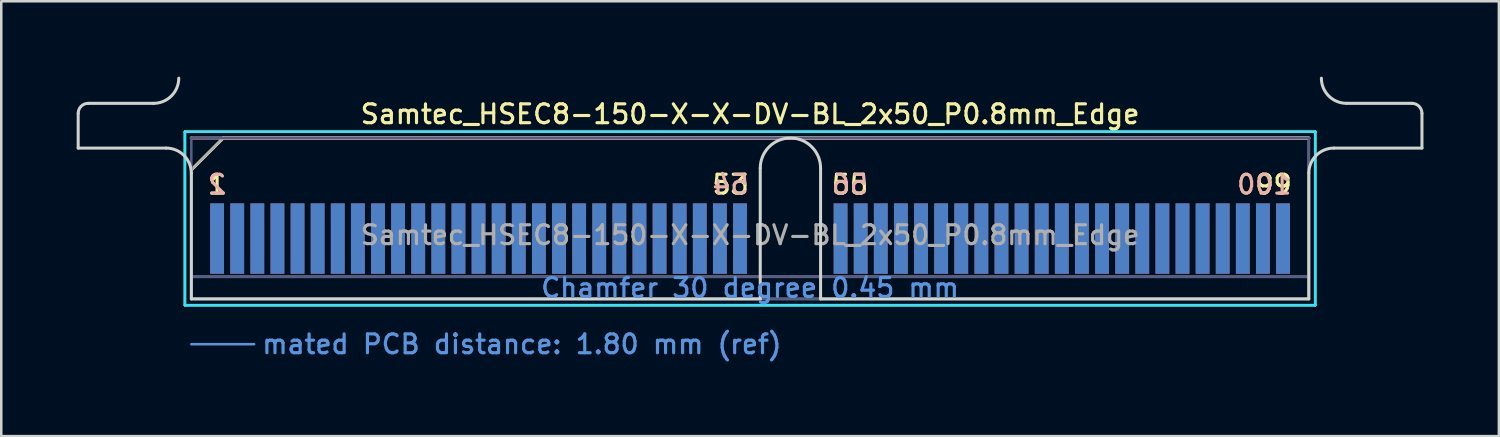
<source format=kicad_pcb>
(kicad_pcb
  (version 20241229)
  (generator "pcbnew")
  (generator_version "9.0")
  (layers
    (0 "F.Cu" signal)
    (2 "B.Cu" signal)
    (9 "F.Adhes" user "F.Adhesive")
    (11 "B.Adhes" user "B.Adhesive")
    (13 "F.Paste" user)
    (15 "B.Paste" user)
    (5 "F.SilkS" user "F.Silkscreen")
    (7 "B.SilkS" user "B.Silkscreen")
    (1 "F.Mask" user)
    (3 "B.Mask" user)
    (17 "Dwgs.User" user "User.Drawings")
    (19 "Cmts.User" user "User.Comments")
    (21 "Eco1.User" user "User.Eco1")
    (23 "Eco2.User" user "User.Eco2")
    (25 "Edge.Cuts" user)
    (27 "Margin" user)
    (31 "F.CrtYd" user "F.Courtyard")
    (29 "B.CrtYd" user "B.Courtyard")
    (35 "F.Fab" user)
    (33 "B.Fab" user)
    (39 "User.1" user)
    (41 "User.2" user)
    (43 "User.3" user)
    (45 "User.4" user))
  (footprint "Samtec_HSEC8-150-X-X-DV-BL_2x50_P0.8mm_Edge"
    (layer "F.Cu")
    (at 26.785 8.84)
    (property "Reference" "Samtec_HSEC8-150-X-X-DV-BL_2x50_P0.8mm_Edge" (at 0 -7.35 0) (layer "F.SilkS") (effects (font (size 0.75 0.75) (thickness 0.125))))
    (attr exclude_from_pos_files exclude_from_bom)
    (fp_line (start -22.48 -6.65) (end -22.48 0.25) (stroke (width 0.1) (type solid)) (layer "F.SilkS"))
    (fp_line (start -22.48 0.25) (end 22.48 0.25) (stroke (width 0.1) (type solid)) (layer "F.SilkS"))
    (fp_line (start -22.225 -5.13) (end -20.955 -6.4) (stroke (width 0.12) (type solid)) (layer "F.SilkS"))
    (fp_line (start -20.955 -6.4) (end 22.225 -6.4) (stroke (width 0.12) (type solid)) (layer "F.SilkS"))
    (fp_line (start 22.48 -6.65) (end -22.48 -6.65) (stroke (width 0.1) (type solid)) (layer "F.SilkS"))
    (fp_line (start 22.48 0.25) (end 22.48 -6.65) (stroke (width 0.1) (type solid)) (layer "F.SilkS"))
    (fp_line (start -22.225 -6.4) (end -22.225 -6.4) (stroke (width 0.12) (type solid)) (layer "B.SilkS"))
    (fp_line (start -22.225 -6.4) (end 22.225 -6.4) (stroke (width 0.12) (type solid)) (layer "B.SilkS"))
    (fp_line (start -22.225 1.8) (end -19.725 1.8) (stroke (width 0.1) (type solid)) (layer "Cmts.User"))
    (fp_line (start -26.725 -6) (end -26.725 -7.38) (stroke (width 0.12) (type solid)) (layer "Edge.Cuts"))
    (fp_line (start -26.325 -7.78) (end -23.725 -7.78) (stroke (width 0.12) (type solid)) (layer "Edge.Cuts"))
    (fp_line (start -23.225 -6) (end -26.725 -6) (stroke (width 0.12) (type solid)) (layer "Edge.Cuts"))
    (fp_line (start -22.225 -5) (end -22.225 0) (stroke (width 0.12) (type solid)) (layer "Edge.Cuts"))
    (fp_line (start -22.225 0) (end 0.405 0) (stroke (width 0.12) (type solid)) (layer "Edge.Cuts"))
    (fp_line (start 0.405 0) (end 0.405 -5.2) (stroke (width 0.12) (type solid)) (layer "Edge.Cuts"))
    (fp_line (start 2.805 -5.2) (end 2.805 0) (stroke (width 0.12) (type solid)) (layer "Edge.Cuts"))
    (fp_line (start 2.805 0) (end 22.225 0) (stroke (width 0.12) (type solid)) (layer "Edge.Cuts"))
    (fp_line (start 22.225 0) (end 22.225 -5) (stroke (width 0.12) (type solid)) (layer "Edge.Cuts"))
    (fp_line (start 23.225 -6) (end 26.725 -6) (stroke (width 0.12) (type solid)) (layer "Edge.Cuts"))
    (fp_line (start 26.325 -7.78) (end 23.725 -7.78) (stroke (width 0.12) (type solid)) (layer "Edge.Cuts"))
    (fp_line (start 26.725 -6) (end 26.725 -7.38) (stroke (width 0.12) (type solid)) (layer "Edge.Cuts"))
    (fp_arc (start -26.725 -7.38) (mid -26.607843 -7.662843) (end -26.325 -7.78) (stroke (width 0.12) (type solid)) (layer "Edge.Cuts"))
    (fp_arc (start -23.225 -6) (mid -22.517893 -5.707107) (end -22.225 -5) (stroke (width 0.12) (type solid)) (layer "Edge.Cuts"))
    (fp_arc (start -22.725 -8.78) (mid -23.017893 -8.072893) (end -23.725 -7.78) (stroke (width 0.12) (type solid)) (layer "Edge.Cuts"))
    (fp_arc (start 0.405 -5.2) (mid 1.605 -6.4) (end 2.805 -5.2) (stroke (width 0.12) (type solid)) (layer "Edge.Cuts"))
    (fp_arc (start 22.225 -5) (mid 22.517893 -5.707107) (end 23.225 -6) (stroke (width 0.12) (type solid)) (layer "Edge.Cuts"))
    (fp_arc (start 23.725 -7.78) (mid 23.017893 -8.072893) (end 22.725 -8.78) (stroke (width 0.12) (type solid)) (layer "Edge.Cuts"))
    (fp_arc (start 26.325 -7.78) (mid 26.607843 -7.662843) (end 26.725 -7.38) (stroke (width 0.12) (type solid)) (layer "Edge.Cuts"))
    (fp_line (start -22.48 -6.65) (end -22.48 0.25) (stroke (width 0.1) (type solid)) (layer "B.CrtYd"))
    (fp_line (start -22.48 0.25) (end 22.48 0.25) (stroke (width 0.1) (type solid)) (layer "B.CrtYd"))
    (fp_line (start 22.48 -6.65) (end -22.48 -6.65) (stroke (width 0.1) (type solid)) (layer "B.CrtYd"))
    (fp_line (start 22.48 0.25) (end 22.48 -6.65) (stroke (width 0.1) (type solid)) (layer "B.CrtYd"))
    (fp_line (start -22.225 -6.4) (end -22.225 -6.4) (stroke (width 0.1) (type solid)) (layer "B.Fab"))
    (fp_line (start -22.225 -6.4) (end -22.225 0) (stroke (width 0.1) (type solid)) (layer "B.Fab"))
    (fp_line (start -22.225 -6.4) (end 22.225 -6.4) (stroke (width 0.1) (type solid)) (layer "B.Fab"))
    (fp_line (start -22.225 -0.88) (end 22.225 -0.88) (stroke (width 0.1) (type solid)) (layer "B.Fab"))
    (fp_line (start -22.225 0) (end 22.225 0) (stroke (width 0.1) (type solid)) (layer "B.Fab"))
    (fp_line (start 22.225 -6.4) (end 22.225 0) (stroke (width 0.1) (type solid)) (layer "B.Fab"))
    (fp_line (start -22.225 -5.13) (end -22.225 0) (stroke (width 0.1) (type solid)) (layer "F.Fab"))
    (fp_line (start -22.225 -5.13) (end -20.955 -6.4) (stroke (width 0.1) (type solid)) (layer "F.Fab"))
    (fp_line (start -22.225 -0.88) (end 22.225 -0.88) (stroke (width 0.1) (type solid)) (layer "F.Fab"))
    (fp_line (start -22.225 0) (end 22.225 0) (stroke (width 0.1) (type solid)) (layer "F.Fab"))
    (fp_line (start -20.955 -6.4) (end 22.225 -6.4) (stroke (width 0.1) (type solid)) (layer "F.Fab"))
    (fp_line (start 22.225 -6.4) (end 22.225 0) (stroke (width 0.1) (type solid)) (layer "F.Fab"))
    (fp_text user "55" (at 3.975 -4.55 0) (layer "F.SilkS") (effects (font (size 0.75 0.75) (thickness 0.125))))
    (fp_text user "99" (at 20.825 -4.55 0) (layer "F.SilkS") (effects (font (size 0.75 0.75) (thickness 0.125))))
    (fp_text user "1" (at -21.2 -4.55 0) (layer "F.SilkS") (effects (font (size 0.75 0.75) (thickness 0.125))))
    (fp_text user "53" (at -0.775 -4.55 0) (layer "F.SilkS") (effects (font (size 0.75 0.75) (thickness 0.125))))
    (fp_text user "2" (at -21.2 -4.55 0) (layer "B.SilkS") (effects (font (size 0.75 0.75) (thickness 0.125)) (justify mirror)))
    (fp_text user "100" (at 20.45 -4.55 0) (layer "B.SilkS") (effects (font (size 0.75 0.75) (thickness 0.125)) (justify mirror)))
    (fp_text user "54" (at -0.775 -4.55 0) (layer "B.SilkS") (effects (font (size 0.75 0.75) (thickness 0.125)) (justify mirror)))
    (fp_text user "56" (at 3.975 -4.55 0) (layer "B.SilkS") (effects (font (size 0.75 0.75) (thickness 0.125)) (justify mirror)))
    (fp_text user "mated PCB distance: 1.80 mm (ref)" (at -19.48 1.8 0) (layer "Cmts.User") (effects (font (size 0.75 0.75) (thickness 0.125)) (justify left)))
    (fp_text user "Chamfer 30 degree 0.45 mm" (at 0 -0.44 0) (layer "Cmts.User") (effects (font (size 0.75 0.75) (thickness 0.125))))
    (fp_text user "${REFERENCE}" (at 0 -2.54 0) (layer "F.Fab") (effects (font (size 0.75 0.75) (thickness 0.125))))
    (pad "1" connect rect (at -21.2 -2.4) (size 0.55 2.8) (layers "F.Cu" "F.Mask"))
    (pad "2" connect rect (at -21.2 -2.4) (size 0.55 2.8) (layers "B.Cu" "B.Mask"))
    (pad "3" connect rect (at -20.4 -2.4) (size 0.55 2.8) (layers "F.Cu" "F.Mask"))
    (pad "4" connect rect (at -20.4 -2.4) (size 0.55 2.8) (layers "B.Cu" "B.Mask"))
    (pad "5" connect rect (at -19.6 -2.4) (size 0.55 2.8) (layers "F.Cu" "F.Mask"))
    (pad "6" connect rect (at -19.6 -2.4) (size 0.55 2.8) (layers "B.Cu" "B.Mask"))
    (pad "7" connect rect (at -18.8 -2.4) (size 0.55 2.8) (layers "F.Cu" "F.Mask"))
    (pad "8" connect rect (at -18.8 -2.4) (size 0.55 2.8) (layers "B.Cu" "B.Mask"))
    (pad "9" connect rect (at -18 -2.4) (size 0.55 2.8) (layers "F.Cu" "F.Mask"))
    (pad "10" connect rect (at -18 -2.4) (size 0.55 2.8) (layers "B.Cu" "B.Mask"))
    (pad "11" connect rect (at -17.2 -2.4) (size 0.55 2.8) (layers "F.Cu" "F.Mask"))
    (pad "12" connect rect (at -17.2 -2.4) (size 0.55 2.8) (layers "B.Cu" "B.Mask"))
    (pad "13" connect rect (at -16.4 -2.4) (size 0.55 2.8) (layers "F.Cu" "F.Mask"))
    (pad "14" connect rect (at -16.4 -2.4) (size 0.55 2.8) (layers "B.Cu" "B.Mask"))
    (pad "15" connect rect (at -15.6 -2.4) (size 0.55 2.8) (layers "F.Cu" "F.Mask"))
    (pad "16" connect rect (at -15.6 -2.4) (size 0.55 2.8) (layers "B.Cu" "B.Mask"))
    (pad "17" connect rect (at -14.8 -2.4) (size 0.55 2.8) (layers "F.Cu" "F.Mask"))
    (pad "18" connect rect (at -14.8 -2.4) (size 0.55 2.8) (layers "B.Cu" "B.Mask"))
    (pad "19" connect rect (at -14 -2.4) (size 0.55 2.8) (layers "F.Cu" "F.Mask"))
    (pad "20" connect rect (at -14 -2.4) (size 0.55 2.8) (layers "B.Cu" "B.Mask"))
    (pad "21" connect rect (at -13.2 -2.4) (size 0.55 2.8) (layers "F.Cu" "F.Mask"))
    (pad "22" connect rect (at -13.2 -2.4) (size 0.55 2.8) (layers "B.Cu" "B.Mask"))
    (pad "23" connect rect (at -12.4 -2.4) (size 0.55 2.8) (layers "F.Cu" "F.Mask"))
    (pad "24" connect rect (at -12.4 -2.4) (size 0.55 2.8) (layers "B.Cu" "B.Mask"))
    (pad "25" connect rect (at -11.6 -2.4) (size 0.55 2.8) (layers "F.Cu" "F.Mask"))
    (pad "26" connect rect (at -11.6 -2.4) (size 0.55 2.8) (layers "B.Cu" "B.Mask"))
    (pad "27" connect rect (at -10.8 -2.4) (size 0.55 2.8) (layers "F.Cu" "F.Mask"))
    (pad "28" connect rect (at -10.8 -2.4) (size 0.55 2.8) (layers "B.Cu" "B.Mask"))
    (pad "29" connect rect (at -10 -2.4) (size 0.55 2.8) (layers "F.Cu" "F.Mask"))
    (pad "30" connect rect (at -10 -2.4) (size 0.55 2.8) (layers "B.Cu" "B.Mask"))
    (pad "31" connect rect (at -9.2 -2.4) (size 0.55 2.8) (layers "F.Cu" "F.Mask"))
    (pad "32" connect rect (at -9.2 -2.4) (size 0.55 2.8) (layers "B.Cu" "B.Mask"))
    (pad "33" connect rect (at -8.4 -2.4) (size 0.55 2.8) (layers "F.Cu" "F.Mask"))
    (pad "34" connect rect (at -8.4 -2.4) (size 0.55 2.8) (layers "B.Cu" "B.Mask"))
    (pad "35" connect rect (at -7.6 -2.4) (size 0.55 2.8) (layers "F.Cu" "F.Mask"))
    (pad "36" connect rect (at -7.6 -2.4) (size 0.55 2.8) (layers "B.Cu" "B.Mask"))
    (pad "37" connect rect (at -6.8 -2.4) (size 0.55 2.8) (layers "F.Cu" "F.Mask"))
    (pad "38" connect rect (at -6.8 -2.4) (size 0.55 2.8) (layers "B.Cu" "B.Mask"))
    (pad "39" connect rect (at -6 -2.4) (size 0.55 2.8) (layers "F.Cu" "F.Mask"))
    (pad "40" connect rect (at -6 -2.4) (size 0.55 2.8) (layers "B.Cu" "B.Mask"))
    (pad "41" connect rect (at -5.2 -2.4) (size 0.55 2.8) (layers "F.Cu" "F.Mask"))
    (pad "42" connect rect (at -5.2 -2.4) (size 0.55 2.8) (layers "B.Cu" "B.Mask"))
    (pad "43" connect rect (at -4.4 -2.4) (size 0.55 2.8) (layers "F.Cu" "F.Mask"))
    (pad "44" connect rect (at -4.4 -2.4) (size 0.55 2.8) (layers "B.Cu" "B.Mask"))
    (pad "45" connect rect (at -3.6 -2.4) (size 0.55 2.8) (layers "F.Cu" "F.Mask"))
    (pad "46" connect rect (at -3.6 -2.4) (size 0.55 2.8) (layers "B.Cu" "B.Mask"))
    (pad "47" connect rect (at -2.8 -2.4) (size 0.55 2.8) (layers "F.Cu" "F.Mask"))
    (pad "48" connect rect (at -2.8 -2.4) (size 0.55 2.8) (layers "B.Cu" "B.Mask"))
    (pad "49" connect rect (at -2 -2.4) (size 0.55 2.8) (layers "F.Cu" "F.Mask"))
    (pad "50" connect rect (at -2 -2.4) (size 0.55 2.8) (layers "B.Cu" "B.Mask"))
    (pad "51" connect rect (at -1.2 -2.4) (size 0.55 2.8) (layers "F.Cu" "F.Mask"))
    (pad "52" connect rect (at -1.2 -2.4) (size 0.55 2.8) (layers "B.Cu" "B.Mask"))
    (pad "53" connect rect (at -0.4 -2.4) (size 0.55 2.8) (layers "F.Cu" "F.Mask"))
    (pad "54" connect rect (at -0.4 -2.4) (size 0.55 2.8) (layers "B.Cu" "B.Mask"))
    (pad "55" connect rect (at 3.6 -2.4) (size 0.55 2.8) (layers "F.Cu" "F.Mask"))
    (pad "56" connect rect (at 3.6 -2.4) (size 0.55 2.8) (layers "B.Cu" "B.Mask"))
    (pad "57" connect rect (at 4.4 -2.4) (size 0.55 2.8) (layers "F.Cu" "F.Mask"))
    (pad "58" connect rect (at 4.4 -2.4) (size 0.55 2.8) (layers "B.Cu" "B.Mask"))
    (pad "59" connect rect (at 5.2 -2.4) (size 0.55 2.8) (layers "F.Cu" "F.Mask"))
    (pad "60" connect rect (at 5.2 -2.4) (size 0.55 2.8) (layers "B.Cu" "B.Mask"))
    (pad "61" connect rect (at 6 -2.4) (size 0.55 2.8) (layers "F.Cu" "F.Mask"))
    (pad "62" connect rect (at 6 -2.4) (size 0.55 2.8) (layers "B.Cu" "B.Mask"))
    (pad "63" connect rect (at 6.8 -2.4) (size 0.55 2.8) (layers "F.Cu" "F.Mask"))
    (pad "64" connect rect (at 6.8 -2.4) (size 0.55 2.8) (layers "B.Cu" "B.Mask"))
    (pad "65" connect rect (at 7.6 -2.4) (size 0.55 2.8) (layers "F.Cu" "F.Mask"))
    (pad "66" connect rect (at 7.6 -2.4) (size 0.55 2.8) (layers "B.Cu" "B.Mask"))
    (pad "67" connect rect (at 8.4 -2.4) (size 0.55 2.8) (layers "F.Cu" "F.Mask"))
    (pad "68" connect rect (at 8.4 -2.4) (size 0.55 2.8) (layers "B.Cu" "B.Mask"))
    (pad "69" connect rect (at 9.2 -2.4) (size 0.55 2.8) (layers "F.Cu" "F.Mask"))
    (pad "70" connect rect (at 9.2 -2.4) (size 0.55 2.8) (layers "B.Cu" "B.Mask"))
    (pad "71" connect rect (at 10 -2.4) (size 0.55 2.8) (layers "F.Cu" "F.Mask"))
    (pad "72" connect rect (at 10 -2.4) (size 0.55 2.8) (layers "B.Cu" "B.Mask"))
    (pad "73" connect rect (at 10.8 -2.4) (size 0.55 2.8) (layers "F.Cu" "F.Mask"))
    (pad "74" connect rect (at 10.8 -2.4) (size 0.55 2.8) (layers "B.Cu" "B.Mask"))
    (pad "75" connect rect (at 11.6 -2.4) (size 0.55 2.8) (layers "F.Cu" "F.Mask"))
    (pad "76" connect rect (at 11.6 -2.4) (size 0.55 2.8) (layers "B.Cu" "B.Mask"))
    (pad "77" connect rect (at 12.4 -2.4) (size 0.55 2.8) (layers "F.Cu" "F.Mask"))
    (pad "78" connect rect (at 12.4 -2.4) (size 0.55 2.8) (layers "B.Cu" "B.Mask"))
    (pad "79" connect rect (at 13.2 -2.4) (size 0.55 2.8) (layers "F.Cu" "F.Mask"))
    (pad "80" connect rect (at 13.2 -2.4) (size 0.55 2.8) (layers "B.Cu" "B.Mask"))
    (pad "81" connect rect (at 14 -2.4) (size 0.55 2.8) (layers "F.Cu" "F.Mask"))
    (pad "82" connect rect (at 14 -2.4) (size 0.55 2.8) (layers "B.Cu" "B.Mask"))
    (pad "83" connect rect (at 14.8 -2.4) (size 0.55 2.8) (layers "F.Cu" "F.Mask"))
    (pad "84" connect rect (at 14.8 -2.4) (size 0.55 2.8) (layers "B.Cu" "B.Mask"))
    (pad "85" connect rect (at 15.6 -2.4) (size 0.55 2.8) (layers "F.Cu" "F.Mask"))
    (pad "86" connect rect (at 15.6 -2.4) (size 0.55 2.8) (layers "B.Cu" "B.Mask"))
    (pad "87" connect rect (at 16.4 -2.4) (size 0.55 2.8) (layers "F.Cu" "F.Mask"))
    (pad "88" connect rect (at 16.4 -2.4) (size 0.55 2.8) (layers "B.Cu" "B.Mask"))
    (pad "89" connect rect (at 17.2 -2.4) (size 0.55 2.8) (layers "F.Cu" "F.Mask"))
    (pad "90" connect rect (at 17.2 -2.4) (size 0.55 2.8) (layers "B.Cu" "B.Mask"))
    (pad "91" connect rect (at 18 -2.4) (size 0.55 2.8) (layers "F.Cu" "F.Mask"))
    (pad "92" connect rect (at 18 -2.4) (size 0.55 2.8) (layers "B.Cu" "B.Mask"))
    (pad "93" connect rect (at 18.8 -2.4) (size 0.55 2.8) (layers "F.Cu" "F.Mask"))
    (pad "94" connect rect (at 18.8 -2.4) (size 0.55 2.8) (layers "B.Cu" "B.Mask"))
    (pad "95" connect rect (at 19.6 -2.4) (size 0.55 2.8) (layers "F.Cu" "F.Mask"))
    (pad "96" connect rect (at 19.6 -2.4) (size 0.55 2.8) (layers "B.Cu" "B.Mask"))
    (pad "97" connect rect (at 20.4 -2.4) (size 0.55 2.8) (layers "F.Cu" "F.Mask"))
    (pad "98" connect rect (at 20.4 -2.4) (size 0.55 2.8) (layers "B.Cu" "B.Mask"))
    (pad "99" connect rect (at 21.2 -2.4) (size 0.55 2.8) (layers "F.Cu" "F.Mask"))
    (pad "100" connect rect (at 21.2 -2.4) (size 0.55 2.8) (layers "B.Cu" "B.Mask")))
  (gr_rect
    (start -3 -3)
    (end 56.57 14.298)
    (stroke (width 0.1) (type default))
    (fill no)
    (layer "Edge.Cuts")))
</source>
